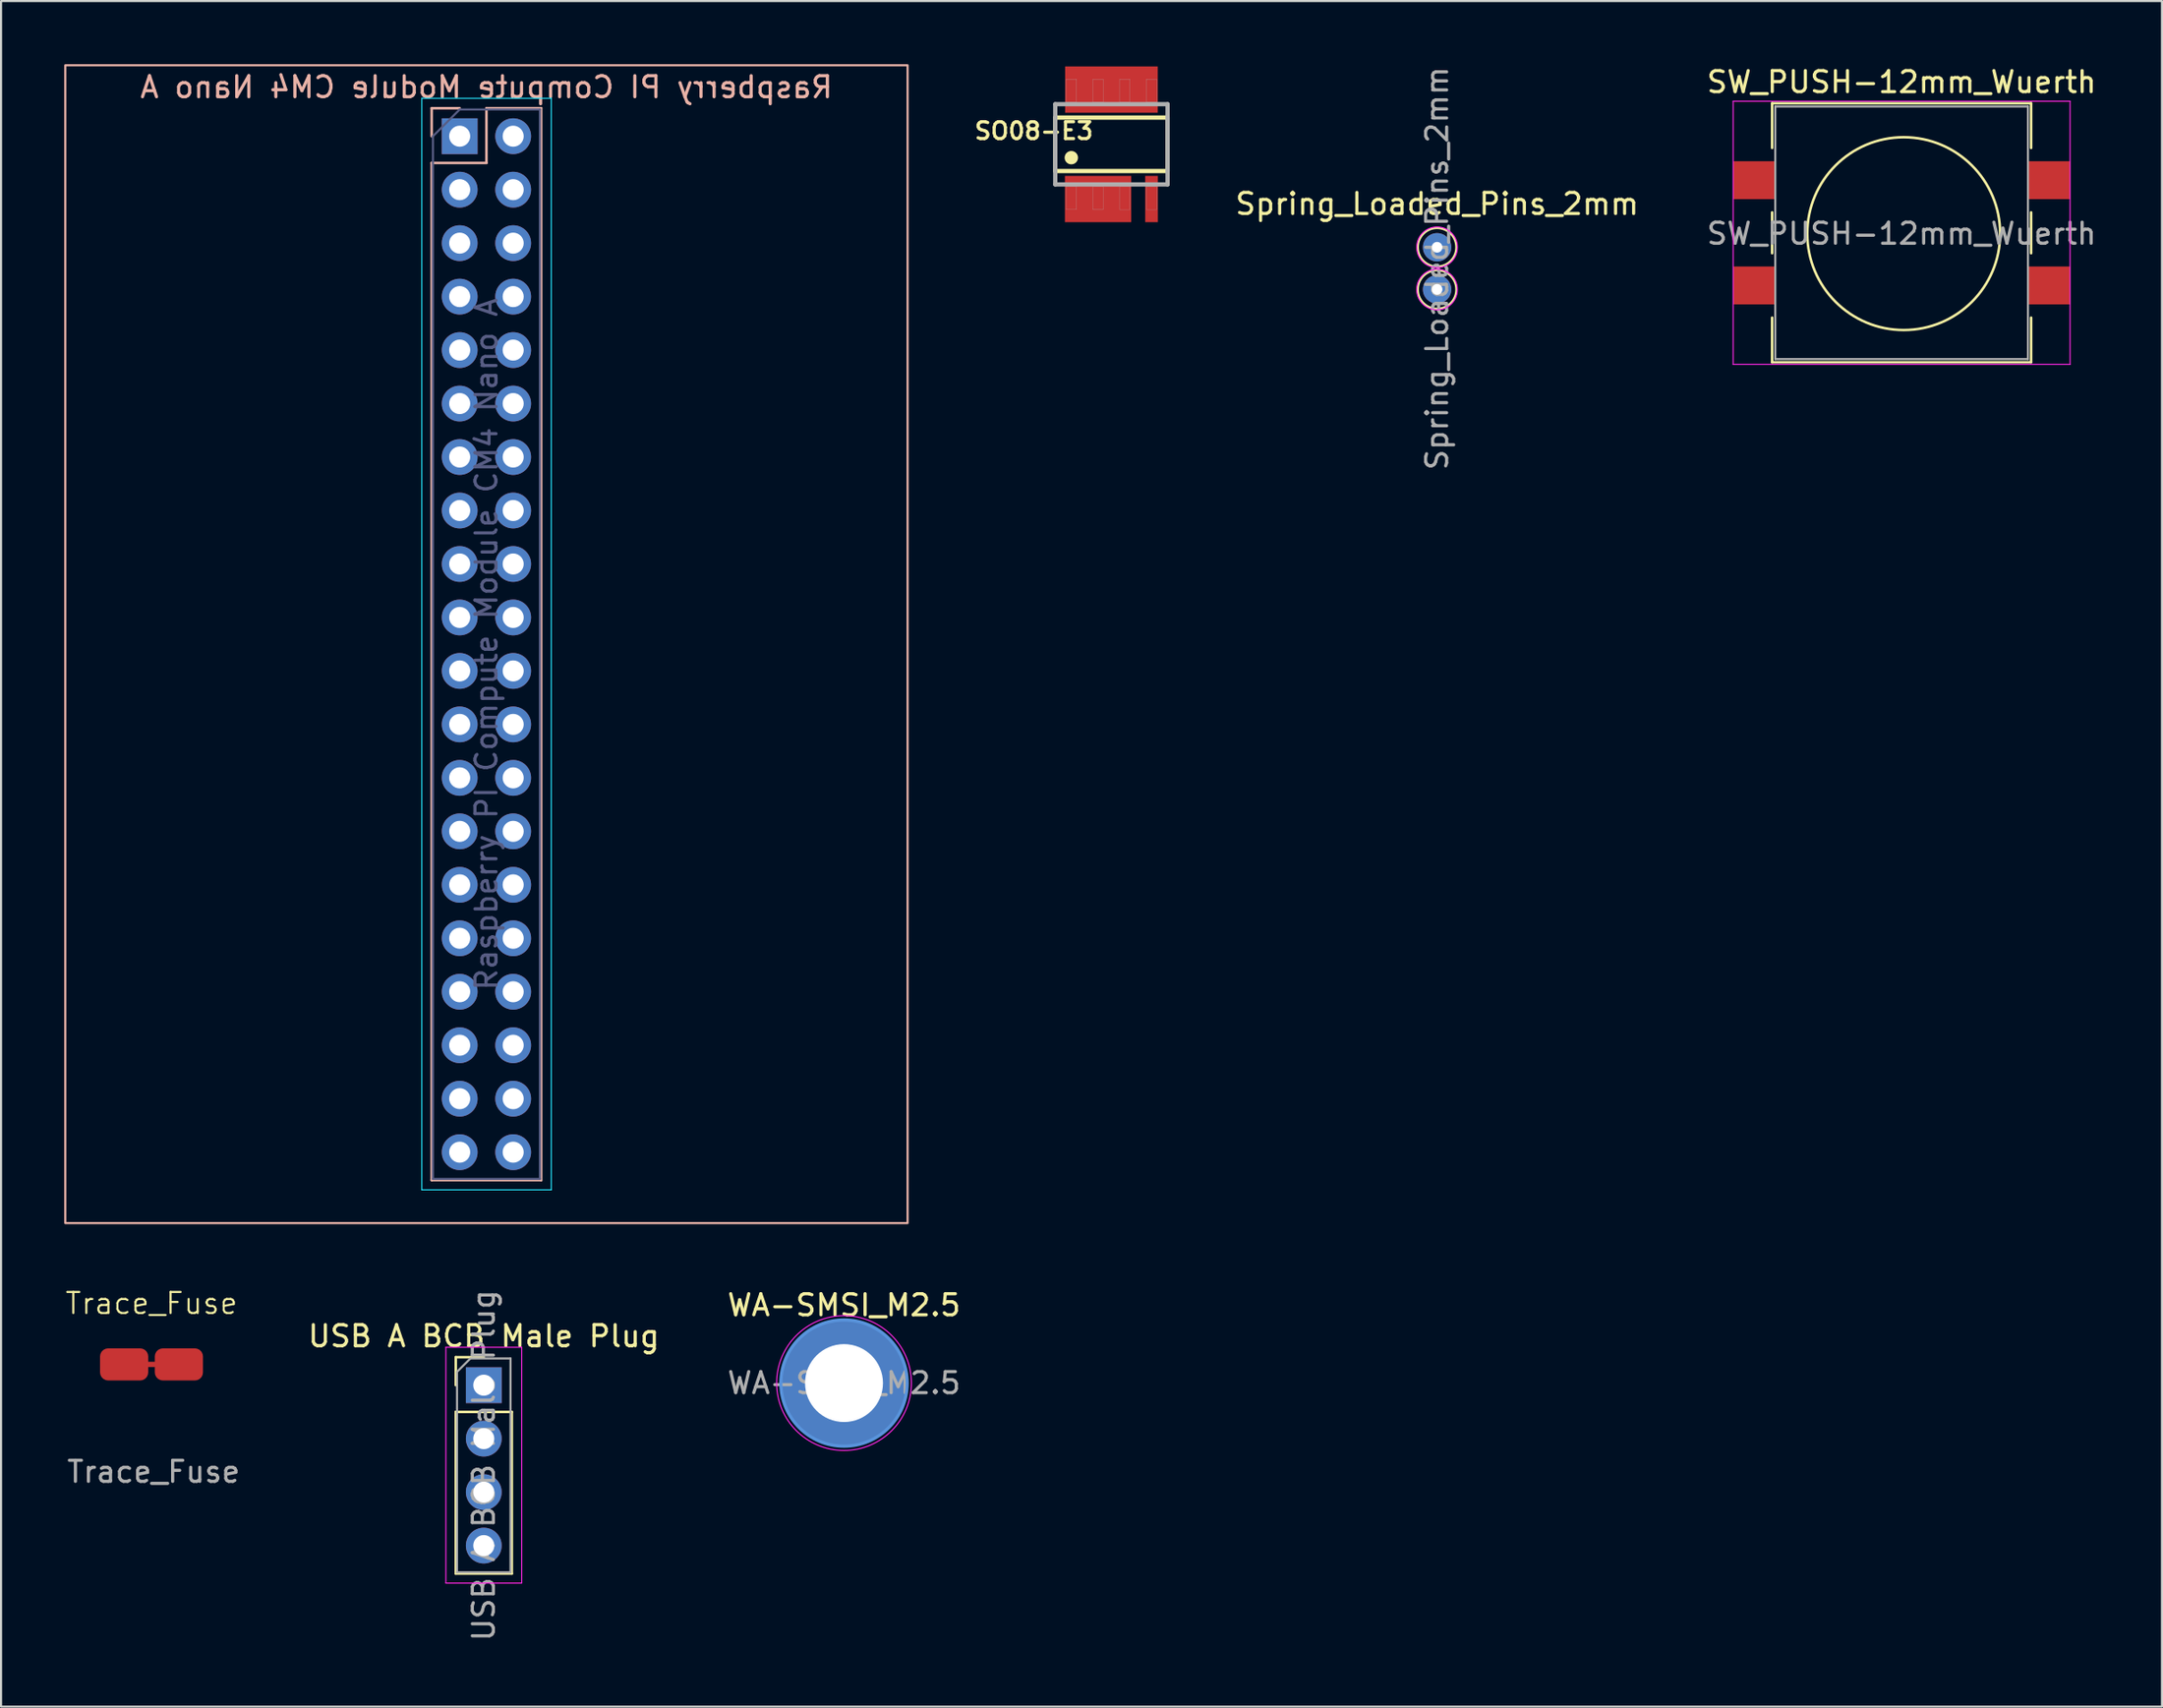
<source format=kicad_pcb>
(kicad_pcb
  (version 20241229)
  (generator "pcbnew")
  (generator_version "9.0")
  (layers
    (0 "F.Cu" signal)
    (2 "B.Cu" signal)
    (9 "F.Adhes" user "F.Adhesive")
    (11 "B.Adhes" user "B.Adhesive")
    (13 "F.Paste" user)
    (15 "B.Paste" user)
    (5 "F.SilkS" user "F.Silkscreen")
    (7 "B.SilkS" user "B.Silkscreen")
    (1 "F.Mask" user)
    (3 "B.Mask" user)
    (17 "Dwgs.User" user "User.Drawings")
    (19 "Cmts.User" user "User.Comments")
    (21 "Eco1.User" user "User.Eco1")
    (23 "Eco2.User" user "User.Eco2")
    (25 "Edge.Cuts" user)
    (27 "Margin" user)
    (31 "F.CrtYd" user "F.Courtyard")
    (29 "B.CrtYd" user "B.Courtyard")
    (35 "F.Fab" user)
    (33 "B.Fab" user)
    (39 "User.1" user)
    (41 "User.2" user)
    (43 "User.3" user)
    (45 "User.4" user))
  (footprint "WA-SMSI_M2.5"
    (layer "F.Cu")
    (at 37.031 62.648)
    (property "Reference" "WA-SMSI_M2.5" (at 0 -3.7 0) (layer "F.SilkS") (effects (font (size 1 1) (thickness 0.15))))
    (attr exclude_from_pos_files exclude_from_bom)
    (fp_circle (center 0 0) (end 3 0) (stroke (width 0.15) (type solid)) (fill no) (layer "Cmts.User"))
    (fp_circle (center 0 0) (end 3.2 0) (stroke (width 0.05) (type solid)) (fill no) (layer "F.CrtYd"))
    (fp_text user "${REFERENCE}" (at 0 0 0) (layer "F.Fab") (effects (font (size 1 1) (thickness 0.15))))
    (pad "" np_thru_hole circle (at 0 0) (size 6 6) (drill 3.7) (layers "*.Cu" "*.Mask" "F.Paste")))
  (footprint "SW_PUSH-12mm_Wuerth"
    (layer "F.Cu")
    (at 87.255 8.008)
    (property "Reference" "SW_PUSH-12mm_Wuerth" (at 0 -7.16 0) (layer "F.SilkS") (effects (font (size 1 1) (thickness 0.15))))
    (attr smd)
    (fp_line (start -6.15 -6.15) (end 6.15 -6.15) (stroke (width 0.12) (type solid)) (layer "F.SilkS"))
    (fp_line (start -6.15 -4.03) (end -6.15 -6.15) (stroke (width 0.12) (type solid)) (layer "F.SilkS"))
    (fp_line (start -6.15 0.97) (end -6.15 -0.97) (stroke (width 0.12) (type solid)) (layer "F.SilkS"))
    (fp_line (start -6.15 6.15) (end -6.15 4.03) (stroke (width 0.12) (type solid)) (layer "F.SilkS"))
    (fp_line (start 6.15 -6.15) (end 6.15 -4.03) (stroke (width 0.12) (type solid)) (layer "F.SilkS"))
    (fp_line (start 6.15 -0.97) (end 6.15 0.97) (stroke (width 0.12) (type solid)) (layer "F.SilkS"))
    (fp_line (start 6.15 4.03) (end 6.15 6.15) (stroke (width 0.12) (type solid)) (layer "F.SilkS"))
    (fp_line (start 6.15 6.15) (end -6.15 6.15) (stroke (width 0.12) (type solid)) (layer "F.SilkS"))
    (fp_circle (center 0.1 0.04) (end 4.679 0.04) (stroke (width 0.12) (type solid)) (fill no) (layer "F.SilkS"))
    (fp_line (start -8 -6.25) (end -8 6.25) (stroke (width 0.05) (type solid)) (layer "F.CrtYd"))
    (fp_line (start -8 6.25) (end 8 6.25) (stroke (width 0.05) (type solid)) (layer "F.CrtYd"))
    (fp_line (start 8 -6.25) (end -8 -6.25) (stroke (width 0.05) (type solid)) (layer "F.CrtYd"))
    (fp_line (start 8 6.25) (end 8 -6.25) (stroke (width 0.05) (type solid)) (layer "F.CrtYd"))
    (fp_line (start -6 -6) (end -6 6) (stroke (width 0.1) (type solid)) (layer "F.Fab"))
    (fp_line (start -6 6) (end 6 6) (stroke (width 0.1) (type solid)) (layer "F.Fab"))
    (fp_line (start 6 -6) (end -6 -6) (stroke (width 0.1) (type solid)) (layer "F.Fab"))
    (fp_line (start 6 6) (end 6 -6) (stroke (width 0.1) (type solid)) (layer "F.Fab"))
    (fp_text user "${REFERENCE}" (at 0 0.04 0) (layer "F.Fab") (effects (font (size 1 1) (thickness 0.15))))
    (pad "1" smd rect (at -7 -2.5) (size 2 1.8) (layers "F.Cu" "F.Mask" "F.Paste"))
    (pad "1" smd rect (at 7 -2.5) (size 2 1.8) (layers "F.Cu" "F.Mask" "F.Paste"))
    (pad "2" smd rect (at -7 2.5) (size 2 1.8) (layers "F.Cu" "F.Mask" "F.Paste"))
    (pad "2" smd rect (at 7 2.5) (size 2 1.8) (layers "F.Cu" "F.Mask" "F.Paste")))
  (footprint "SO08-E3"
    (layer "F.Cu")
    (at 49.73 3.805)
    (property "Reference" "SO08-E3" (at -3.684 -0.635 180) (layer "F.SilkS") (effects (font (size 0.8 0.8) (thickness 0.15))))
    (attr smd)
    (fp_poly (pts (xy -2.303 -3.8) (xy -1.5 -3.8) (xy -1.5 -1.402) (xy -2.303 -1.402)) (stroke (width 0.01) (type solid)) (fill yes) (layer "F.Mask"))
    (fp_poly (pts (xy -2.301 1.4) (xy -1.5 1.4) (xy -1.5 3.801) (xy -2.301 3.801)) (stroke (width 0.01) (type solid)) (fill yes) (layer "F.Mask"))
    (fp_poly (pts (xy -1.052 -3.8) (xy -0.25 -3.8) (xy -0.25 -1.403) (xy -1.052 -1.403)) (stroke (width 0.01) (type solid)) (fill yes) (layer "F.Mask"))
    (fp_poly (pts (xy -1.051 1.4) (xy -0.25 1.4) (xy -0.25 3.803) (xy -1.051 3.803)) (stroke (width 0.01) (type solid)) (fill yes) (layer "F.Mask"))
    (fp_poly (pts (xy 0.25 -3.8) (xy 1.05 -3.8) (xy 1.05 -1.402) (xy 0.25 -1.402)) (stroke (width 0.01) (type solid)) (fill yes) (layer "F.Mask"))
    (fp_poly (pts (xy 0.25 1.4) (xy 1.05 1.4) (xy 1.05 3.807) (xy 0.25 3.807)) (stroke (width 0.01) (type solid)) (fill yes) (layer "F.Mask"))
    (fp_poly (pts (xy 1.502 -3.8) (xy 2.3 -3.8) (xy 2.3 -1.402) (xy 1.502 -1.402)) (stroke (width 0.01) (type solid)) (fill yes) (layer "F.Mask"))
    (fp_line (start -2.667 -1.27) (end 2.667 -1.27) (stroke (width 0.203) (type solid)) (layer "F.SilkS"))
    (fp_line (start -2.667 1.27) (end -2.667 -1.27) (stroke (width 0.203) (type solid)) (layer "F.SilkS"))
    (fp_line (start 2.667 -1.27) (end 2.667 1.27) (stroke (width 0.203) (type solid)) (layer "F.SilkS"))
    (fp_line (start 2.667 1.27) (end -2.667 1.27) (stroke (width 0.203) (type solid)) (layer "F.SilkS"))
    (fp_circle (center -1.905 0.635) (end -1.587 0.635) (stroke (width 0) (type solid)) (fill yes) (layer "F.SilkS"))
    (fp_line (start -2.667 -1.905) (end 2.667 -1.905) (stroke (width 0.203) (type solid)) (layer "F.Fab"))
    (fp_line (start -2.667 1.905) (end -2.667 -1.905) (stroke (width 0.203) (type solid)) (layer "F.Fab"))
    (fp_line (start 2.667 -1.905) (end 2.667 1.905) (stroke (width 0.203) (type solid)) (layer "F.Fab"))
    (fp_line (start 2.667 1.905) (end -2.667 1.905) (stroke (width 0.203) (type solid)) (layer "F.Fab"))
    (fp_poly (pts (xy -2.151 -3.1) (xy -1.66 -3.1) (xy -1.66 -2.001) (xy -2.151 -2.001)) (stroke (width 0.01) (type solid)) (fill no) (layer "F.Fab"))
    (fp_poly (pts (xy -2.15 2) (xy -1.66 2) (xy -1.66 3.1) (xy -2.15 3.1)) (stroke (width 0.01) (type solid)) (fill no) (layer "F.Fab"))
    (fp_poly (pts (xy -0.881 -3.1) (xy -0.39 -3.1) (xy -0.39 -2.002) (xy -0.881 -2.002)) (stroke (width 0.01) (type solid)) (fill no) (layer "F.Fab"))
    (fp_poly (pts (xy -0.881 2) (xy -0.39 2) (xy -0.39 3.102) (xy -0.881 3.102)) (stroke (width 0.01) (type solid)) (fill no) (layer "F.Fab"))
    (fp_poly (pts (xy 0.391 -3.1) (xy 0.88 -3.1) (xy 0.88 -2.004) (xy 0.391 -2.004)) (stroke (width 0.01) (type solid)) (fill no) (layer "F.Fab"))
    (fp_poly (pts (xy 0.391 2) (xy 0.88 2) (xy 0.88 3.106) (xy 0.391 3.106)) (stroke (width 0.01) (type solid)) (fill no) (layer "F.Fab"))
    (fp_poly (pts (xy 1.661 -3.1) (xy 2.15 -3.1) (xy 2.15 -2.001) (xy 1.661 -2.001)) (stroke (width 0.01) (type solid)) (fill no) (layer "F.Fab"))
    (fp_poly (pts (xy 1.663 2) (xy 2.15 2) (xy 2.15 3.106) (xy 1.663 3.106)) (stroke (width 0.01) (type solid)) (fill no) (layer "F.Fab"))
    (pad "1-3" smd rect (at -0.635 2.6 180) (size 3.15 2.2) (layers "F.Cu" "F.Paste"))
    (pad "4" smd rect (at 1.905 2.6) (size 0.6 2.2) (layers "F.Cu" "F.Mask" "F.Paste"))
    (pad "5-8" smd rect (at 0 -2.6 180) (size 4.4 2.2) (layers "F.Cu" "F.Paste")))
  (footprint "Raspberry PI Compute Module CM4 Nano A"
    (layer "F.Cu")
    (at 18.78 3.42)
    (property "Reference" "Raspberry PI Compute Module CM4 Nano A" (at 1.27 -2.33 0) (layer "B.SilkS") (effects (font (size 1 1) (thickness 0.15)) (justify mirror)))
    (attr through_hole)
    (fp_line (start -1.33 -1.33) (end 0 -1.33) (stroke (width 0.12) (type solid)) (layer "B.SilkS"))
    (fp_line (start -1.33 0) (end -1.33 -1.33) (stroke (width 0.12) (type solid)) (layer "B.SilkS"))
    (fp_line (start -1.33 1.27) (end -1.33 49.59) (stroke (width 0.12) (type solid)) (layer "B.SilkS"))
    (fp_line (start -1.33 1.27) (end 1.27 1.27) (stroke (width 0.12) (type solid)) (layer "B.SilkS"))
    (fp_line (start -1.33 49.59) (end 3.87 49.59) (stroke (width 0.12) (type solid)) (layer "B.SilkS"))
    (fp_line (start 1.27 -1.33) (end 3.87 -1.33) (stroke (width 0.12) (type solid)) (layer "B.SilkS"))
    (fp_line (start 1.27 1.27) (end 1.27 -1.33) (stroke (width 0.12) (type solid)) (layer "B.SilkS"))
    (fp_line (start 3.87 -1.33) (end 3.87 49.59) (stroke (width 0.12) (type solid)) (layer "B.SilkS"))
    (fp_rect (start -18.73 -3.37) (end 21.27 51.63) (stroke (width 0.1) (type default)) (fill no) (layer "B.SilkS"))
    (fp_line (start -1.8 -1.8) (end -1.8 50.05) (stroke (width 0.05) (type solid)) (layer "B.CrtYd"))
    (fp_line (start -1.8 50.05) (end 4.35 50.05) (stroke (width 0.05) (type solid)) (layer "B.CrtYd"))
    (fp_line (start 4.35 -1.8) (end -1.8 -1.8) (stroke (width 0.05) (type solid)) (layer "B.CrtYd"))
    (fp_line (start 4.35 50.05) (end 4.35 -1.8) (stroke (width 0.05) (type solid)) (layer "B.CrtYd"))
    (fp_line (start -1.27 0) (end 0 -1.27) (stroke (width 0.1) (type solid)) (layer "B.Fab"))
    (fp_line (start -1.27 49.53) (end -1.27 0) (stroke (width 0.1) (type solid)) (layer "B.Fab"))
    (fp_line (start 0 -1.27) (end 3.81 -1.27) (stroke (width 0.1) (type solid)) (layer "B.Fab"))
    (fp_line (start 3.81 -1.27) (end 3.81 49.53) (stroke (width 0.1) (type solid)) (layer "B.Fab"))
    (fp_line (start 3.81 49.53) (end -1.27 49.53) (stroke (width 0.1) (type solid)) (layer "B.Fab"))
    (fp_text user "${REFERENCE}" (at 1.27 24.13 90) (layer "B.Fab") (effects (font (size 1 1) (thickness 0.15))))
    (pad "1" thru_hole rect (at 0 0) (size 1.7 1.7) (drill 1) (layers "*.Cu" "*.Mask"))
    (pad "2" thru_hole oval (at 2.54 0) (size 1.7 1.7) (drill 1) (layers "*.Cu" "*.Mask"))
    (pad "3" thru_hole oval (at 0 2.54) (size 1.7 1.7) (drill 1) (layers "*.Cu" "*.Mask"))
    (pad "4" thru_hole oval (at 2.54 2.54) (size 1.7 1.7) (drill 1) (layers "*.Cu" "*.Mask"))
    (pad "5" thru_hole oval (at 0 5.08) (size 1.7 1.7) (drill 1) (layers "*.Cu" "*.Mask"))
    (pad "6" thru_hole oval (at 2.54 5.08) (size 1.7 1.7) (drill 1) (layers "*.Cu" "*.Mask"))
    (pad "7" thru_hole oval (at 0 7.62) (size 1.7 1.7) (drill 1) (layers "*.Cu" "*.Mask"))
    (pad "8" thru_hole oval (at 2.54 7.62) (size 1.7 1.7) (drill 1) (layers "*.Cu" "*.Mask"))
    (pad "9" thru_hole oval (at 0 10.16) (size 1.7 1.7) (drill 1) (layers "*.Cu" "*.Mask"))
    (pad "10" thru_hole oval (at 2.54 10.16) (size 1.7 1.7) (drill 1) (layers "*.Cu" "*.Mask"))
    (pad "11" thru_hole oval (at 0 12.7) (size 1.7 1.7) (drill 1) (layers "*.Cu" "*.Mask"))
    (pad "12" thru_hole oval (at 2.54 12.7) (size 1.7 1.7) (drill 1) (layers "*.Cu" "*.Mask"))
    (pad "13" thru_hole oval (at 0 15.24) (size 1.7 1.7) (drill 1) (layers "*.Cu" "*.Mask"))
    (pad "14" thru_hole oval (at 2.54 15.24) (size 1.7 1.7) (drill 1) (layers "*.Cu" "*.Mask"))
    (pad "15" thru_hole oval (at 0 17.78) (size 1.7 1.7) (drill 1) (layers "*.Cu" "*.Mask"))
    (pad "16" thru_hole oval (at 2.54 17.78) (size 1.7 1.7) (drill 1) (layers "*.Cu" "*.Mask"))
    (pad "17" thru_hole oval (at 0 20.32) (size 1.7 1.7) (drill 1) (layers "*.Cu" "*.Mask"))
    (pad "18" thru_hole oval (at 2.54 20.32) (size 1.7 1.7) (drill 1) (layers "*.Cu" "*.Mask"))
    (pad "19" thru_hole oval (at 0 22.86) (size 1.7 1.7) (drill 1) (layers "*.Cu" "*.Mask"))
    (pad "20" thru_hole oval (at 2.54 22.86) (size 1.7 1.7) (drill 1) (layers "*.Cu" "*.Mask"))
    (pad "21" thru_hole oval (at 0 25.4) (size 1.7 1.7) (drill 1) (layers "*.Cu" "*.Mask"))
    (pad "22" thru_hole oval (at 2.54 25.4) (size 1.7 1.7) (drill 1) (layers "*.Cu" "*.Mask"))
    (pad "23" thru_hole oval (at 0 27.94) (size 1.7 1.7) (drill 1) (layers "*.Cu" "*.Mask"))
    (pad "24" thru_hole oval (at 2.54 27.94) (size 1.7 1.7) (drill 1) (layers "*.Cu" "*.Mask"))
    (pad "25" thru_hole oval (at 0 30.48) (size 1.7 1.7) (drill 1) (layers "*.Cu" "*.Mask"))
    (pad "26" thru_hole oval (at 2.54 30.48) (size 1.7 1.7) (drill 1) (layers "*.Cu" "*.Mask"))
    (pad "27" thru_hole oval (at 0 33.02) (size 1.7 1.7) (drill 1) (layers "*.Cu" "*.Mask"))
    (pad "28" thru_hole oval (at 2.54 33.02) (size 1.7 1.7) (drill 1) (layers "*.Cu" "*.Mask"))
    (pad "29" thru_hole oval (at 0 35.56) (size 1.7 1.7) (drill 1) (layers "*.Cu" "*.Mask"))
    (pad "30" thru_hole oval (at 2.54 35.56) (size 1.7 1.7) (drill 1) (layers "*.Cu" "*.Mask"))
    (pad "31" thru_hole oval (at 0 38.1) (size 1.7 1.7) (drill 1) (layers "*.Cu" "*.Mask"))
    (pad "32" thru_hole oval (at 2.54 38.1) (size 1.7 1.7) (drill 1) (layers "*.Cu" "*.Mask"))
    (pad "33" thru_hole oval (at 0 40.64) (size 1.7 1.7) (drill 1) (layers "*.Cu" "*.Mask"))
    (pad "34" thru_hole oval (at 2.54 40.64) (size 1.7 1.7) (drill 1) (layers "*.Cu" "*.Mask"))
    (pad "35" thru_hole oval (at 0 43.18) (size 1.7 1.7) (drill 1) (layers "*.Cu" "*.Mask"))
    (pad "36" thru_hole oval (at 2.54 43.18) (size 1.7 1.7) (drill 1) (layers "*.Cu" "*.Mask"))
    (pad "37" thru_hole oval (at 0 45.72) (size 1.7 1.7) (drill 1) (layers "*.Cu" "*.Mask"))
    (pad "38" thru_hole oval (at 2.54 45.72) (size 1.7 1.7) (drill 1) (layers "*.Cu" "*.Mask"))
    (pad "39" thru_hole oval (at 0 48.26) (size 1.7 1.7) (drill 1) (layers "*.Cu" "*.Mask"))
    (pad "40" thru_hole oval (at 2.54 48.26) (size 1.7 1.7) (drill 1) (layers "*.Cu" "*.Mask")))
  (footprint "USB A BCB Male Plug"
    (layer "F.Cu")
    (at 19.924 62.748)
    (property "Reference" "USB A BCB Male Plug" (at 0 -2.33 0) (layer "F.SilkS") (effects (font (size 1 1) (thickness 0.15))))
    (attr through_hole)
    (fp_line (start -1.33 -1.33) (end 0 -1.33) (stroke (width 0.12) (type solid)) (layer "F.SilkS"))
    (fp_line (start -1.33 0) (end -1.33 -1.33) (stroke (width 0.12) (type solid)) (layer "F.SilkS"))
    (fp_line (start -1.33 1.27) (end -1.33 8.95) (stroke (width 0.12) (type solid)) (layer "F.SilkS"))
    (fp_line (start -1.33 1.27) (end 1.33 1.27) (stroke (width 0.12) (type solid)) (layer "F.SilkS"))
    (fp_line (start -1.33 8.95) (end 1.33 8.95) (stroke (width 0.12) (type solid)) (layer "F.SilkS"))
    (fp_line (start 1.33 1.27) (end 1.33 8.95) (stroke (width 0.12) (type solid)) (layer "F.SilkS"))
    (fp_line (start -1.8 -1.8) (end -1.8 9.4) (stroke (width 0.05) (type solid)) (layer "F.CrtYd"))
    (fp_line (start -1.8 9.4) (end 1.8 9.4) (stroke (width 0.05) (type solid)) (layer "F.CrtYd"))
    (fp_line (start 1.8 -1.8) (end -1.8 -1.8) (stroke (width 0.05) (type solid)) (layer "F.CrtYd"))
    (fp_line (start 1.8 9.4) (end 1.8 -1.8) (stroke (width 0.05) (type solid)) (layer "F.CrtYd"))
    (fp_line (start -1.27 -0.635) (end -0.635 -1.27) (stroke (width 0.1) (type solid)) (layer "F.Fab"))
    (fp_line (start -1.27 8.89) (end -1.27 -0.635) (stroke (width 0.1) (type solid)) (layer "F.Fab"))
    (fp_line (start -0.635 -1.27) (end 1.27 -1.27) (stroke (width 0.1) (type solid)) (layer "F.Fab"))
    (fp_line (start 1.27 -1.27) (end 1.27 8.89) (stroke (width 0.1) (type solid)) (layer "F.Fab"))
    (fp_line (start 1.27 8.89) (end -1.27 8.89) (stroke (width 0.1) (type solid)) (layer "F.Fab"))
    (fp_text user "${REFERENCE}" (at 0 3.81 270) (layer "F.Fab") (effects (font (size 1 1) (thickness 0.15))))
    (pad "1" thru_hole rect (at 0 0) (size 1.7 1.7) (drill 1) (layers "*.Cu" "*.Mask"))
    (pad "2" thru_hole oval (at 0 2.54) (size 1.7 1.7) (drill 1) (layers "*.Cu" "*.Mask"))
    (pad "3" thru_hole oval (at 0 5.08) (size 1.7 1.7) (drill 1) (layers "*.Cu" "*.Mask"))
    (pad "4" thru_hole oval (at 0 7.62) (size 1.7 1.7) (drill 1) (layers "*.Cu" "*.Mask")))
  (footprint "Spring_Loaded_Pins_2mm"
    (layer "F.Cu")
    (at 65.195 8.696)
    (property "Reference" "Spring_Loaded_Pins_2mm" (at 0 -2.06 0) (layer "F.SilkS") (effects (font (size 1 1) (thickness 0.15))))
    (attr through_hole)
    (fp_circle (center 0 0) (end -0.914 0) (stroke (width 0.1) (type default)) (fill no) (layer "F.SilkS"))
    (fp_circle (center 0 2.006) (end -0.914 1.981) (stroke (width 0.1) (type default)) (fill no) (layer "F.SilkS"))
    (fp_circle (center -0.002 2.007) (end 0.963 2.007) (stroke (width 0.05) (type default)) (fill no) (layer "F.CrtYd"))
    (fp_circle (center 0 0) (end 0.965 0.025) (stroke (width 0.05) (type default)) (fill no) (layer "F.CrtYd"))
    (fp_text user "${REFERENCE}" (at 0 1 90) (layer "F.Fab") (effects (font (size 1 1) (thickness 0.15))))
    (pad "1" thru_hole circle (at 0 0) (size 1.35 1.35) (drill 0.508) (layers "*.Cu" "*.Mask"))
    (pad "2" thru_hole oval (at 0 2) (size 1.35 1.35) (drill 0.508) (layers "*.Cu" "*.Mask")))
  (footprint "Trace_Fuse"
    (layer "F.Cu")
    (at 4.145 61.761)
    (property "Reference" "Trace_Fuse" (at 0 -2.9 0) (unlocked yes) (layer "F.SilkS") (effects (font (size 1 1) (thickness 0.1))))
    (attr smd exclude_from_bom)
    (fp_line (start -0.157 0) (end 0.157 0) (stroke (width 0.25) (type default)) (layer "F.Cu"))
    (fp_text user "${REFERENCE}" (at 0.1 5.1 0) (unlocked yes) (layer "F.Fab") (effects (font (size 1 1) (thickness 0.15))))
    (pad "1" smd roundrect (at -1.3 0) (size 2.286 1.524) (layers "F.Cu" "F.Mask" "F.Paste") (roundrect_rratio 0.25))
    (pad "2" smd roundrect (at 1.3 0) (size 2.286 1.524) (layers "F.Cu" "F.Mask" "F.Paste") (roundrect_rratio 0.25)))
  (gr_rect
    (start -3 -3)
    (end 99.618 78.017)
    (stroke (width 0.1) (type default))
    (fill no)
    (layer "Edge.Cuts")))
</source>
